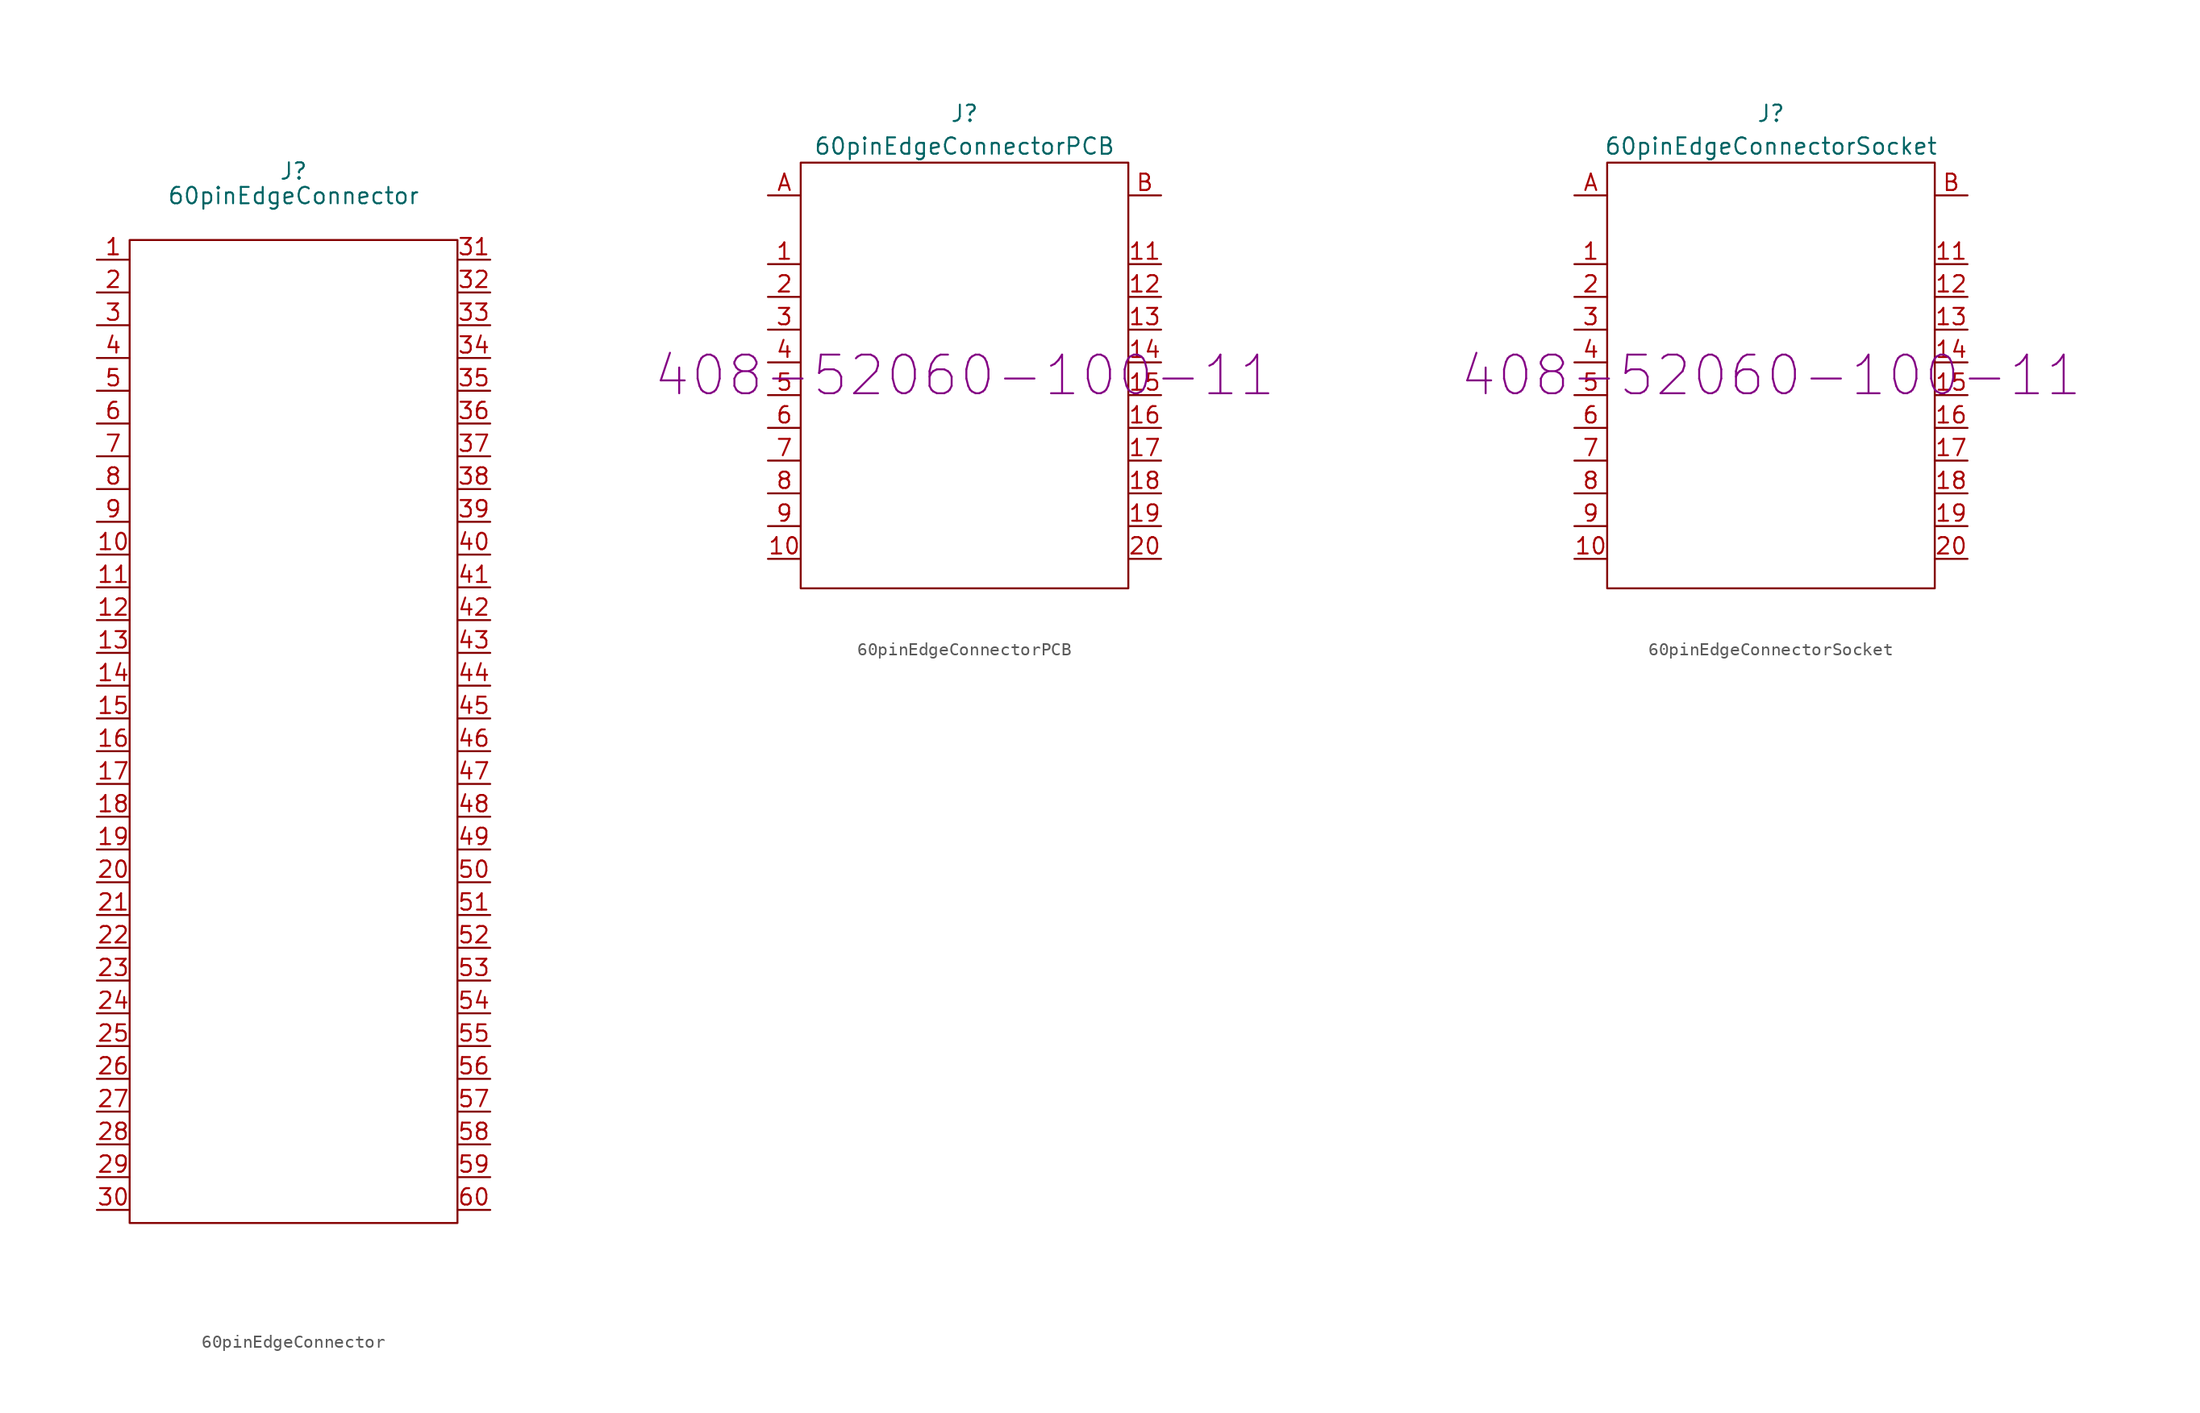
<source format=kicad_sym>
(kicad_symbol_lib
  (version 20220914)
  (generator kicad_symbol_editor)
  (symbol "60pinEdgeConnector"
    (pin_names
      (offset 1.016))
    (property "Reference" "J"
      (at 0 43.434 0)
      (effects (font (size 1.27 1.27))))
    (property "Value" "60pinEdgeConnector"
      (at 0 41.529 0)
      (effects (font (size 1.27 1.27))))
    (symbol "60pinEdgeConnector_0_1"
      (rectangle (start -12.7 38.1) (end 12.7 -38.1) (stroke (width 0) (type default)) (fill (type none))))
    (symbol "60pinEdgeConnector_1_1"
      (pin input line (at -15.24 36.576 0) (length 2.54) (name "~" (effects (font (size 1.27 1.27)))) (number "1" (effects (font (size 1.27 1.27)))))
      (pin input line (at -15.24 13.716 0) (length 2.54) (name "~" (effects (font (size 1.27 1.27)))) (number "10" (effects (font (size 1.27 1.27)))))
      (pin input line (at -15.24 11.176 0) (length 2.54) (name "~" (effects (font (size 1.27 1.27)))) (number "11" (effects (font (size 1.27 1.27)))))
      (pin input line (at -15.24 8.636 0) (length 2.54) (name "~" (effects (font (size 1.27 1.27)))) (number "12" (effects (font (size 1.27 1.27)))))
      (pin input line (at -15.24 6.096 0) (length 2.54) (name "~" (effects (font (size 1.27 1.27)))) (number "13" (effects (font (size 1.27 1.27)))))
      (pin input line (at -15.24 3.556 0) (length 2.54) (name "~" (effects (font (size 1.27 1.27)))) (number "14" (effects (font (size 1.27 1.27)))))
      (pin input line (at -15.24 1.016 0) (length 2.54) (name "~" (effects (font (size 1.27 1.27)))) (number "15" (effects (font (size 1.27 1.27)))))
      (pin input line (at -15.24 -1.524 0) (length 2.54) (name "~" (effects (font (size 1.27 1.27)))) (number "16" (effects (font (size 1.27 1.27)))))
      (pin input line (at -15.24 -4.064 0) (length 2.54) (name "~" (effects (font (size 1.27 1.27)))) (number "17" (effects (font (size 1.27 1.27)))))
      (pin input line (at -15.24 -6.604 0) (length 2.54) (name "~" (effects (font (size 1.27 1.27)))) (number "18" (effects (font (size 1.27 1.27)))))
      (pin input line (at -15.24 -9.144 0) (length 2.54) (name "~" (effects (font (size 1.27 1.27)))) (number "19" (effects (font (size 1.27 1.27)))))
      (pin input line (at -15.24 34.036 0) (length 2.54) (name "~" (effects (font (size 1.27 1.27)))) (number "2" (effects (font (size 1.27 1.27)))))
      (pin input line (at -15.24 -11.684 0) (length 2.54) (name "~" (effects (font (size 1.27 1.27)))) (number "20" (effects (font (size 1.27 1.27)))))
      (pin input line (at -15.24 -14.224 0) (length 2.54) (name "~" (effects (font (size 1.27 1.27)))) (number "21" (effects (font (size 1.27 1.27)))))
      (pin input line (at -15.24 -16.764 0) (length 2.54) (name "~" (effects (font (size 1.27 1.27)))) (number "22" (effects (font (size 1.27 1.27)))))
      (pin input line (at -15.24 -19.304 0) (length 2.54) (name "~" (effects (font (size 1.27 1.27)))) (number "23" (effects (font (size 1.27 1.27)))))
      (pin input line (at -15.24 -21.844 0) (length 2.54) (name "~" (effects (font (size 1.27 1.27)))) (number "24" (effects (font (size 1.27 1.27)))))
      (pin input line (at -15.24 -24.384 0) (length 2.54) (name "~" (effects (font (size 1.27 1.27)))) (number "25" (effects (font (size 1.27 1.27)))))
      (pin input line (at -15.24 -26.924 0) (length 2.54) (name "~" (effects (font (size 1.27 1.27)))) (number "26" (effects (font (size 1.27 1.27)))))
      (pin input line (at -15.24 -29.464 0) (length 2.54) (name "~" (effects (font (size 1.27 1.27)))) (number "27" (effects (font (size 1.27 1.27)))))
      (pin input line (at -15.24 -32.004 0) (length 2.54) (name "~" (effects (font (size 1.27 1.27)))) (number "28" (effects (font (size 1.27 1.27)))))
      (pin input line (at -15.24 -34.544 0) (length 2.54) (name "~" (effects (font (size 1.27 1.27)))) (number "29" (effects (font (size 1.27 1.27)))))
      (pin input line (at -15.24 31.496 0) (length 2.54) (name "~" (effects (font (size 1.27 1.27)))) (number "3" (effects (font (size 1.27 1.27)))))
      (pin input line (at -15.24 -37.084 0) (length 2.54) (name "~" (effects (font (size 1.27 1.27)))) (number "30" (effects (font (size 1.27 1.27)))))
      (pin input line (at 15.24 36.576 180) (length 2.54) (name "~" (effects (font (size 1.27 1.27)))) (number "31" (effects (font (size 1.27 1.27)))))
      (pin input line (at 15.24 34.036 180) (length 2.54) (name "~" (effects (font (size 1.27 1.27)))) (number "32" (effects (font (size 1.27 1.27)))))
      (pin input line (at 15.24 31.496 180) (length 2.54) (name "~" (effects (font (size 1.27 1.27)))) (number "33" (effects (font (size 1.27 1.27)))))
      (pin input line (at 15.24 28.956 180) (length 2.54) (name "~" (effects (font (size 1.27 1.27)))) (number "34" (effects (font (size 1.27 1.27)))))
      (pin input line (at 15.24 26.416 180) (length 2.54) (name "~" (effects (font (size 1.27 1.27)))) (number "35" (effects (font (size 1.27 1.27)))))
      (pin input line (at 15.24 23.876 180) (length 2.54) (name "~" (effects (font (size 1.27 1.27)))) (number "36" (effects (font (size 1.27 1.27)))))
      (pin input line (at 15.24 21.336 180) (length 2.54) (name "~" (effects (font (size 1.27 1.27)))) (number "37" (effects (font (size 1.27 1.27)))))
      (pin input line (at 15.24 18.796 180) (length 2.54) (name "~" (effects (font (size 1.27 1.27)))) (number "38" (effects (font (size 1.27 1.27)))))
      (pin input line (at 15.24 16.256 180) (length 2.54) (name "~" (effects (font (size 1.27 1.27)))) (number "39" (effects (font (size 1.27 1.27)))))
      (pin input line (at -15.24 28.956 0) (length 2.54) (name "~" (effects (font (size 1.27 1.27)))) (number "4" (effects (font (size 1.27 1.27)))))
      (pin input line (at 15.24 13.716 180) (length 2.54) (name "~" (effects (font (size 1.27 1.27)))) (number "40" (effects (font (size 1.27 1.27)))))
      (pin input line (at 15.24 11.176 180) (length 2.54) (name "~" (effects (font (size 1.27 1.27)))) (number "41" (effects (font (size 1.27 1.27)))))
      (pin input line (at 15.24 8.636 180) (length 2.54) (name "~" (effects (font (size 1.27 1.27)))) (number "42" (effects (font (size 1.27 1.27)))))
      (pin input line (at 15.24 6.096 180) (length 2.54) (name "~" (effects (font (size 1.27 1.27)))) (number "43" (effects (font (size 1.27 1.27)))))
      (pin input line (at 15.24 3.556 180) (length 2.54) (name "~" (effects (font (size 1.27 1.27)))) (number "44" (effects (font (size 1.27 1.27)))))
      (pin input line (at 15.24 1.016 180) (length 2.54) (name "~" (effects (font (size 1.27 1.27)))) (number "45" (effects (font (size 1.27 1.27)))))
      (pin input line (at 15.24 -1.524 180) (length 2.54) (name "~" (effects (font (size 1.27 1.27)))) (number "46" (effects (font (size 1.27 1.27)))))
      (pin input line (at 15.24 -4.064 180) (length 2.54) (name "~" (effects (font (size 1.27 1.27)))) (number "47" (effects (font (size 1.27 1.27)))))
      (pin input line (at 15.24 -6.604 180) (length 2.54) (name "~" (effects (font (size 1.27 1.27)))) (number "48" (effects (font (size 1.27 1.27)))))
      (pin input line (at 15.24 -9.144 180) (length 2.54) (name "~" (effects (font (size 1.27 1.27)))) (number "49" (effects (font (size 1.27 1.27)))))
      (pin input line (at -15.24 26.416 0) (length 2.54) (name "~" (effects (font (size 1.27 1.27)))) (number "5" (effects (font (size 1.27 1.27)))))
      (pin input line (at 15.24 -11.684 180) (length 2.54) (name "~" (effects (font (size 1.27 1.27)))) (number "50" (effects (font (size 1.27 1.27)))))
      (pin input line (at 15.24 -14.224 180) (length 2.54) (name "~" (effects (font (size 1.27 1.27)))) (number "51" (effects (font (size 1.27 1.27)))))
      (pin input line (at 15.24 -16.764 180) (length 2.54) (name "~" (effects (font (size 1.27 1.27)))) (number "52" (effects (font (size 1.27 1.27)))))
      (pin input line (at 15.24 -19.304 180) (length 2.54) (name "~" (effects (font (size 1.27 1.27)))) (number "53" (effects (font (size 1.27 1.27)))))
      (pin input line (at 15.24 -21.844 180) (length 2.54) (name "~" (effects (font (size 1.27 1.27)))) (number "54" (effects (font (size 1.27 1.27)))))
      (pin input line (at 15.24 -24.384 180) (length 2.54) (name "~" (effects (font (size 1.27 1.27)))) (number "55" (effects (font (size 1.27 1.27)))))
      (pin input line (at 15.24 -26.924 180) (length 2.54) (name "~" (effects (font (size 1.27 1.27)))) (number "56" (effects (font (size 1.27 1.27)))))
      (pin input line (at 15.24 -29.464 180) (length 2.54) (name "~" (effects (font (size 1.27 1.27)))) (number "57" (effects (font (size 1.27 1.27)))))
      (pin input line (at 15.24 -32.004 180) (length 2.54) (name "~" (effects (font (size 1.27 1.27)))) (number "58" (effects (font (size 1.27 1.27)))))
      (pin input line (at 15.24 -34.544 180) (length 2.54) (name "~" (effects (font (size 1.27 1.27)))) (number "59" (effects (font (size 1.27 1.27)))))
      (pin input line (at -15.24 23.876 0) (length 2.54) (name "~" (effects (font (size 1.27 1.27)))) (number "6" (effects (font (size 1.27 1.27)))))
      (pin input line (at 15.24 -37.084 180) (length 2.54) (name "~" (effects (font (size 1.27 1.27)))) (number "60" (effects (font (size 1.27 1.27)))))
      (pin input line (at -15.24 21.336 0) (length 2.54) (name "~" (effects (font (size 1.27 1.27)))) (number "7" (effects (font (size 1.27 1.27)))))
      (pin input line (at -15.24 18.796 0) (length 2.54) (name "~" (effects (font (size 1.27 1.27)))) (number "8" (effects (font (size 1.27 1.27)))))
      (pin input line (at -15.24 16.256 0) (length 2.54) (name "~" (effects (font (size 1.27 1.27)))) (number "9" (effects (font (size 1.27 1.27)))))))
  (symbol "60pinEdgeConnectorPCB"
    (pin_names
      (offset 1.016))
    (property "Reference" "J"
      (at 0 20.32 0)
      (effects (font (size 1.27 1.27))))
    (property "Value" "60pinEdgeConnectorPCB"
      (at 0 17.78 0)
      (effects (font (size 1.27 1.27))))
    (property "MFG ID" "408-52060-100-11"
      (at 0 0 0)
      (effects (font (size 2.997 2.997))))
    (symbol "60pinEdgeConnectorPCB_0_1"
      (rectangle (start -12.7 16.51) (end 12.7 -16.51) (stroke (width 0) (type default)) (fill (type none))))
    (symbol "60pinEdgeConnectorPCB_1_1"
      (pin input line (at -15.24 8.636 0) (length 2.54) (name "~" (effects (font (size 1.27 1.27)))) (number "1" (effects (font (size 1.27 1.27)))))
      (pin input line (at -15.24 -14.224 0) (length 2.54) (name "~" (effects (font (size 1.27 1.27)))) (number "10" (effects (font (size 1.27 1.27)))))
      (pin input line (at 15.24 8.636 180) (length 2.54) (name "~" (effects (font (size 1.27 1.27)))) (number "11" (effects (font (size 1.27 1.27)))))
      (pin input line (at 15.24 6.096 180) (length 2.54) (name "~" (effects (font (size 1.27 1.27)))) (number "12" (effects (font (size 1.27 1.27)))))
      (pin input line (at 15.24 3.556 180) (length 2.54) (name "~" (effects (font (size 1.27 1.27)))) (number "13" (effects (font (size 1.27 1.27)))))
      (pin input line (at 15.24 1.016 180) (length 2.54) (name "~" (effects (font (size 1.27 1.27)))) (number "14" (effects (font (size 1.27 1.27)))))
      (pin input line (at 15.24 -1.524 180) (length 2.54) (name "~" (effects (font (size 1.27 1.27)))) (number "15" (effects (font (size 1.27 1.27)))))
      (pin input line (at 15.24 -4.064 180) (length 2.54) (name "~" (effects (font (size 1.27 1.27)))) (number "16" (effects (font (size 1.27 1.27)))))
      (pin input line (at 15.24 -6.604 180) (length 2.54) (name "~" (effects (font (size 1.27 1.27)))) (number "17" (effects (font (size 1.27 1.27)))))
      (pin input line (at 15.24 -9.144 180) (length 2.54) (name "~" (effects (font (size 1.27 1.27)))) (number "18" (effects (font (size 1.27 1.27)))))
      (pin input line (at 15.24 -11.684 180) (length 2.54) (name "~" (effects (font (size 1.27 1.27)))) (number "19" (effects (font (size 1.27 1.27)))))
      (pin input line (at -15.24 6.096 0) (length 2.54) (name "~" (effects (font (size 1.27 1.27)))) (number "2" (effects (font (size 1.27 1.27)))))
      (pin input line (at 15.24 -14.224 180) (length 2.54) (name "~" (effects (font (size 1.27 1.27)))) (number "20" (effects (font (size 1.27 1.27)))))
      (pin input line (at -15.24 3.556 0) (length 2.54) (name "~" (effects (font (size 1.27 1.27)))) (number "3" (effects (font (size 1.27 1.27)))))
      (pin input line (at -15.24 1.016 0) (length 2.54) (name "~" (effects (font (size 1.27 1.27)))) (number "4" (effects (font (size 1.27 1.27)))))
      (pin input line (at -15.24 -1.524 0) (length 2.54) (name "~" (effects (font (size 1.27 1.27)))) (number "5" (effects (font (size 1.27 1.27)))))
      (pin input line (at -15.24 -4.064 0) (length 2.54) (name "~" (effects (font (size 1.27 1.27)))) (number "6" (effects (font (size 1.27 1.27)))))
      (pin input line (at -15.24 -6.604 0) (length 2.54) (name "~" (effects (font (size 1.27 1.27)))) (number "7" (effects (font (size 1.27 1.27)))))
      (pin input line (at -15.24 -9.144 0) (length 2.54) (name "~" (effects (font (size 1.27 1.27)))) (number "8" (effects (font (size 1.27 1.27)))))
      (pin input line (at -15.24 -11.684 0) (length 2.54) (name "~" (effects (font (size 1.27 1.27)))) (number "9" (effects (font (size 1.27 1.27)))))
      (pin input line (at -15.24 13.97 0) (length 2.54) (name "~" (effects (font (size 1.27 1.27)))) (number "A" (effects (font (size 1.27 1.27)))))
      (pin input line (at 15.24 13.97 180) (length 2.54) (name "~" (effects (font (size 1.27 1.27)))) (number "B" (effects (font (size 1.27 1.27)))))))
  (symbol "60pinEdgeConnectorSocket"
    (pin_names
      (offset 1.016))
    (property "Reference" "J"
      (at 0 20.32 0)
      (effects (font (size 1.27 1.27))))
    (property "Value" "60pinEdgeConnectorSocket"
      (at 0 17.78 0)
      (effects (font (size 1.27 1.27))))
    (property "MFG ID" "408-52060-100-11"
      (at 0 0 0)
      (effects (font (size 2.997 2.997))))
    (symbol "60pinEdgeConnectorSocket_0_1"
      (rectangle (start -12.7 16.51) (end 12.7 -16.51) (stroke (width 0) (type default)) (fill (type none))))
    (symbol "60pinEdgeConnectorSocket_1_1"
      (pin input line (at -15.24 8.636 0) (length 2.54) (name "~" (effects (font (size 1.27 1.27)))) (number "1" (effects (font (size 1.27 1.27)))))
      (pin input line (at -15.24 -14.224 0) (length 2.54) (name "~" (effects (font (size 1.27 1.27)))) (number "10" (effects (font (size 1.27 1.27)))))
      (pin input line (at 15.24 8.636 180) (length 2.54) (name "~" (effects (font (size 1.27 1.27)))) (number "11" (effects (font (size 1.27 1.27)))))
      (pin input line (at 15.24 6.096 180) (length 2.54) (name "~" (effects (font (size 1.27 1.27)))) (number "12" (effects (font (size 1.27 1.27)))))
      (pin input line (at 15.24 3.556 180) (length 2.54) (name "~" (effects (font (size 1.27 1.27)))) (number "13" (effects (font (size 1.27 1.27)))))
      (pin input line (at 15.24 1.016 180) (length 2.54) (name "~" (effects (font (size 1.27 1.27)))) (number "14" (effects (font (size 1.27 1.27)))))
      (pin input line (at 15.24 -1.524 180) (length 2.54) (name "~" (effects (font (size 1.27 1.27)))) (number "15" (effects (font (size 1.27 1.27)))))
      (pin input line (at 15.24 -4.064 180) (length 2.54) (name "~" (effects (font (size 1.27 1.27)))) (number "16" (effects (font (size 1.27 1.27)))))
      (pin input line (at 15.24 -6.604 180) (length 2.54) (name "~" (effects (font (size 1.27 1.27)))) (number "17" (effects (font (size 1.27 1.27)))))
      (pin input line (at 15.24 -9.144 180) (length 2.54) (name "~" (effects (font (size 1.27 1.27)))) (number "18" (effects (font (size 1.27 1.27)))))
      (pin input line (at 15.24 -11.684 180) (length 2.54) (name "~" (effects (font (size 1.27 1.27)))) (number "19" (effects (font (size 1.27 1.27)))))
      (pin input line (at -15.24 6.096 0) (length 2.54) (name "~" (effects (font (size 1.27 1.27)))) (number "2" (effects (font (size 1.27 1.27)))))
      (pin input line (at 15.24 -14.224 180) (length 2.54) (name "~" (effects (font (size 1.27 1.27)))) (number "20" (effects (font (size 1.27 1.27)))))
      (pin input line (at -15.24 3.556 0) (length 2.54) (name "~" (effects (font (size 1.27 1.27)))) (number "3" (effects (font (size 1.27 1.27)))))
      (pin input line (at -15.24 1.016 0) (length 2.54) (name "~" (effects (font (size 1.27 1.27)))) (number "4" (effects (font (size 1.27 1.27)))))
      (pin input line (at -15.24 -1.524 0) (length 2.54) (name "~" (effects (font (size 1.27 1.27)))) (number "5" (effects (font (size 1.27 1.27)))))
      (pin input line (at -15.24 -4.064 0) (length 2.54) (name "~" (effects (font (size 1.27 1.27)))) (number "6" (effects (font (size 1.27 1.27)))))
      (pin input line (at -15.24 -6.604 0) (length 2.54) (name "~" (effects (font (size 1.27 1.27)))) (number "7" (effects (font (size 1.27 1.27)))))
      (pin input line (at -15.24 -9.144 0) (length 2.54) (name "~" (effects (font (size 1.27 1.27)))) (number "8" (effects (font (size 1.27 1.27)))))
      (pin input line (at -15.24 -11.684 0) (length 2.54) (name "~" (effects (font (size 1.27 1.27)))) (number "9" (effects (font (size 1.27 1.27)))))
      (pin input line (at -15.24 13.97 0) (length 2.54) (name "~" (effects (font (size 1.27 1.27)))) (number "A" (effects (font (size 1.27 1.27)))))
      (pin input line (at 15.24 13.97 180) (length 2.54) (name "~" (effects (font (size 1.27 1.27)))) (number "B" (effects (font (size 1.27 1.27))))))))
</source>
